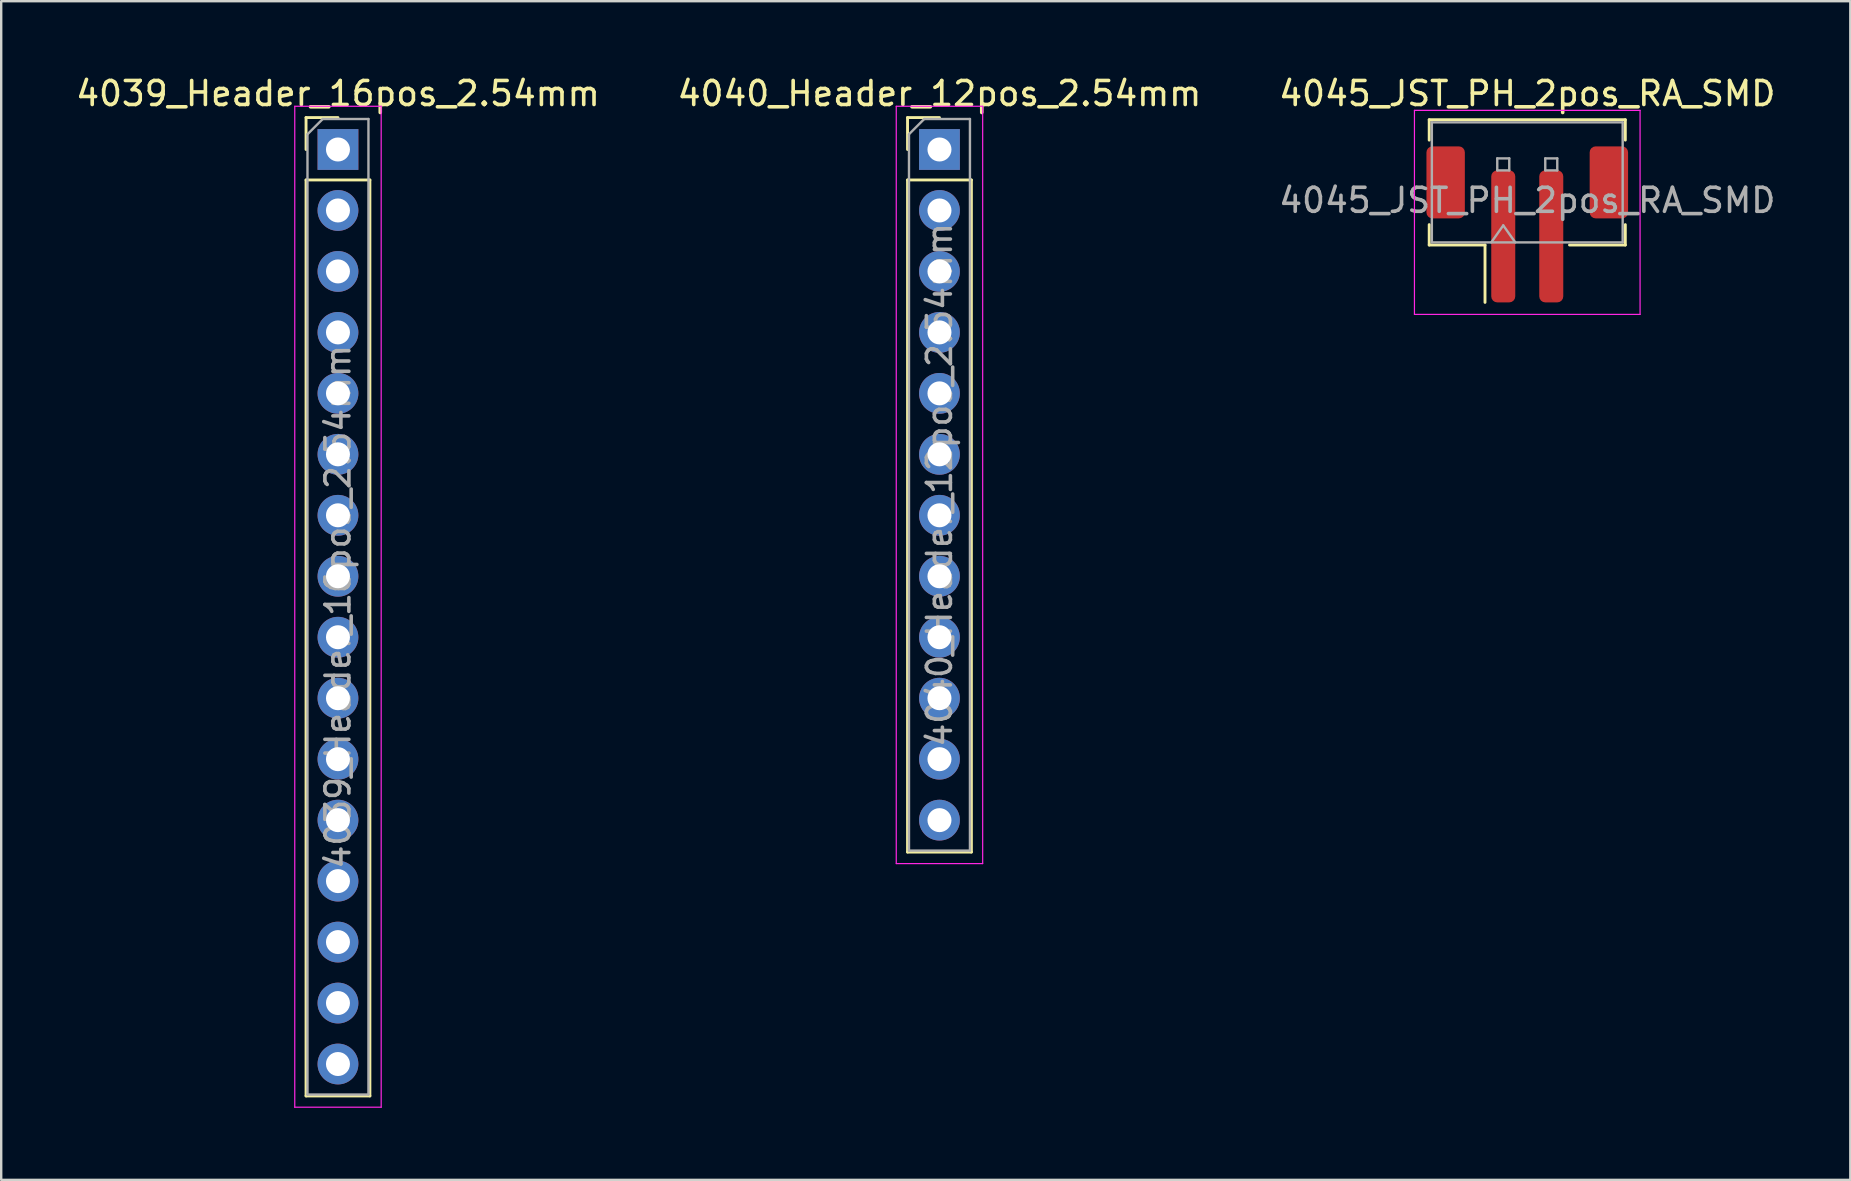
<source format=kicad_pcb>
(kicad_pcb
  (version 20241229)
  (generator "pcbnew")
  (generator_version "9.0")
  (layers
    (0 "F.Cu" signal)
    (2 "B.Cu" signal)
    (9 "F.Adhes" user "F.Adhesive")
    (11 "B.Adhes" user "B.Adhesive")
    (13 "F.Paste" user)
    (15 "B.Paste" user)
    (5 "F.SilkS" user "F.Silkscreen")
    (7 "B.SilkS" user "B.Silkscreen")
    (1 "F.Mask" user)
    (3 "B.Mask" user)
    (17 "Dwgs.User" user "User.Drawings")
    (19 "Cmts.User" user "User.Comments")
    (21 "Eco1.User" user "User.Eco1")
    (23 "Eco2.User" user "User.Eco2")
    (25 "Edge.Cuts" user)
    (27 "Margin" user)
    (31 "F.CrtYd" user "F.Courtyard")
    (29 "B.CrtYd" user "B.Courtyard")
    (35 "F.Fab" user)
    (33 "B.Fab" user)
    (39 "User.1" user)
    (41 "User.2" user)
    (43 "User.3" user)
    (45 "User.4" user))
  (footprint "4039_Header_16pos_2.54mm"
    (layer "F.Cu")
    (at 11.03 3.178)
    (property "Reference" "4039_Header_16pos_2.54mm" (at 0 -2.33 0) (layer "F.SilkS") (effects (font (size 1 1) (thickness 0.15))))
    (attr through_hole)
    (fp_line (start -1.33 -1.33) (end 0 -1.33) (stroke (width 0.12) (type solid)) (layer "F.SilkS"))
    (fp_line (start -1.33 0) (end -1.33 -1.33) (stroke (width 0.12) (type solid)) (layer "F.SilkS"))
    (fp_line (start -1.33 1.27) (end -1.33 39.43) (stroke (width 0.12) (type solid)) (layer "F.SilkS"))
    (fp_line (start -1.33 1.27) (end 1.33 1.27) (stroke (width 0.12) (type solid)) (layer "F.SilkS"))
    (fp_line (start -1.33 39.43) (end 1.33 39.43) (stroke (width 0.12) (type solid)) (layer "F.SilkS"))
    (fp_line (start 1.33 1.27) (end 1.33 39.43) (stroke (width 0.12) (type solid)) (layer "F.SilkS"))
    (fp_line (start -1.8 -1.8) (end -1.8 39.9) (stroke (width 0.05) (type solid)) (layer "F.CrtYd"))
    (fp_line (start -1.8 39.9) (end 1.8 39.9) (stroke (width 0.05) (type solid)) (layer "F.CrtYd"))
    (fp_line (start 1.8 -1.8) (end -1.8 -1.8) (stroke (width 0.05) (type solid)) (layer "F.CrtYd"))
    (fp_line (start 1.8 39.9) (end 1.8 -1.8) (stroke (width 0.05) (type solid)) (layer "F.CrtYd"))
    (fp_line (start -1.27 -0.635) (end -0.635 -1.27) (stroke (width 0.1) (type solid)) (layer "F.Fab"))
    (fp_line (start -1.27 39.37) (end -1.27 -0.635) (stroke (width 0.1) (type solid)) (layer "F.Fab"))
    (fp_line (start -0.635 -1.27) (end 1.27 -1.27) (stroke (width 0.1) (type solid)) (layer "F.Fab"))
    (fp_line (start 1.27 -1.27) (end 1.27 39.37) (stroke (width 0.1) (type solid)) (layer "F.Fab"))
    (fp_line (start 1.27 39.37) (end -1.27 39.37) (stroke (width 0.1) (type solid)) (layer "F.Fab"))
    (fp_text user "${REFERENCE}" (at 0 19.05 90) (layer "F.Fab") (effects (font (size 1 1) (thickness 0.15))))
    (pad "1" thru_hole rect (at 0 0) (size 1.7 1.7) (drill 1) (layers "*.Cu" "*.Mask"))
    (pad "2" thru_hole oval (at 0 2.54) (size 1.7 1.7) (drill 1) (layers "*.Cu" "*.Mask"))
    (pad "3" thru_hole oval (at 0 5.08) (size 1.7 1.7) (drill 1) (layers "*.Cu" "*.Mask"))
    (pad "4" thru_hole oval (at 0 7.62) (size 1.7 1.7) (drill 1) (layers "*.Cu" "*.Mask"))
    (pad "5" thru_hole oval (at 0 10.16) (size 1.7 1.7) (drill 1) (layers "*.Cu" "*.Mask"))
    (pad "6" thru_hole oval (at 0 12.7) (size 1.7 1.7) (drill 1) (layers "*.Cu" "*.Mask"))
    (pad "7" thru_hole oval (at 0 15.24) (size 1.7 1.7) (drill 1) (layers "*.Cu" "*.Mask"))
    (pad "8" thru_hole oval (at 0 17.78) (size 1.7 1.7) (drill 1) (layers "*.Cu" "*.Mask"))
    (pad "9" thru_hole oval (at 0 20.32) (size 1.7 1.7) (drill 1) (layers "*.Cu" "*.Mask"))
    (pad "10" thru_hole oval (at 0 22.86) (size 1.7 1.7) (drill 1) (layers "*.Cu" "*.Mask"))
    (pad "11" thru_hole oval (at 0 25.4) (size 1.7 1.7) (drill 1) (layers "*.Cu" "*.Mask"))
    (pad "12" thru_hole oval (at 0 27.94) (size 1.7 1.7) (drill 1) (layers "*.Cu" "*.Mask"))
    (pad "13" thru_hole oval (at 0 30.48) (size 1.7 1.7) (drill 1) (layers "*.Cu" "*.Mask"))
    (pad "14" thru_hole oval (at 0 33.02) (size 1.7 1.7) (drill 1) (layers "*.Cu" "*.Mask"))
    (pad "15" thru_hole oval (at 0 35.56) (size 1.7 1.7) (drill 1) (layers "*.Cu" "*.Mask"))
    (pad "16" thru_hole oval (at 0 38.1) (size 1.7 1.7) (drill 1) (layers "*.Cu" "*.Mask")))
  (footprint "4040_Header_12pos_2.54mm"
    (layer "F.Cu")
    (at 36.089 3.178)
    (property "Reference" "4040_Header_12pos_2.54mm" (at 0 -2.33 0) (layer "F.SilkS") (effects (font (size 1 1) (thickness 0.15))))
    (attr through_hole)
    (fp_line (start -1.33 -1.33) (end 0 -1.33) (stroke (width 0.12) (type solid)) (layer "F.SilkS"))
    (fp_line (start -1.33 0) (end -1.33 -1.33) (stroke (width 0.12) (type solid)) (layer "F.SilkS"))
    (fp_line (start -1.33 1.27) (end -1.33 29.27) (stroke (width 0.12) (type solid)) (layer "F.SilkS"))
    (fp_line (start -1.33 1.27) (end 1.33 1.27) (stroke (width 0.12) (type solid)) (layer "F.SilkS"))
    (fp_line (start -1.33 29.27) (end 1.33 29.27) (stroke (width 0.12) (type solid)) (layer "F.SilkS"))
    (fp_line (start 1.33 1.27) (end 1.33 29.27) (stroke (width 0.12) (type solid)) (layer "F.SilkS"))
    (fp_line (start -1.8 -1.8) (end -1.8 29.75) (stroke (width 0.05) (type solid)) (layer "F.CrtYd"))
    (fp_line (start -1.8 29.75) (end 1.8 29.75) (stroke (width 0.05) (type solid)) (layer "F.CrtYd"))
    (fp_line (start 1.8 -1.8) (end -1.8 -1.8) (stroke (width 0.05) (type solid)) (layer "F.CrtYd"))
    (fp_line (start 1.8 29.75) (end 1.8 -1.8) (stroke (width 0.05) (type solid)) (layer "F.CrtYd"))
    (fp_line (start -1.27 -0.635) (end -0.635 -1.27) (stroke (width 0.1) (type solid)) (layer "F.Fab"))
    (fp_line (start -1.27 29.21) (end -1.27 -0.635) (stroke (width 0.1) (type solid)) (layer "F.Fab"))
    (fp_line (start -0.635 -1.27) (end 1.27 -1.27) (stroke (width 0.1) (type solid)) (layer "F.Fab"))
    (fp_line (start 1.27 -1.27) (end 1.27 29.21) (stroke (width 0.1) (type solid)) (layer "F.Fab"))
    (fp_line (start 1.27 29.21) (end -1.27 29.21) (stroke (width 0.1) (type solid)) (layer "F.Fab"))
    (fp_text user "${REFERENCE}" (at 0 13.97 90) (layer "F.Fab") (effects (font (size 1 1) (thickness 0.15))))
    (pad "1" thru_hole rect (at 0 0) (size 1.7 1.7) (drill 1) (layers "*.Cu" "*.Mask"))
    (pad "2" thru_hole oval (at 0 2.54) (size 1.7 1.7) (drill 1) (layers "*.Cu" "*.Mask"))
    (pad "3" thru_hole oval (at 0 5.08) (size 1.7 1.7) (drill 1) (layers "*.Cu" "*.Mask"))
    (pad "4" thru_hole oval (at 0 7.62) (size 1.7 1.7) (drill 1) (layers "*.Cu" "*.Mask"))
    (pad "5" thru_hole oval (at 0 10.16) (size 1.7 1.7) (drill 1) (layers "*.Cu" "*.Mask"))
    (pad "6" thru_hole oval (at 0 12.7) (size 1.7 1.7) (drill 1) (layers "*.Cu" "*.Mask"))
    (pad "7" thru_hole oval (at 0 15.24) (size 1.7 1.7) (drill 1) (layers "*.Cu" "*.Mask"))
    (pad "8" thru_hole oval (at 0 17.78) (size 1.7 1.7) (drill 1) (layers "*.Cu" "*.Mask"))
    (pad "9" thru_hole oval (at 0 20.32) (size 1.7 1.7) (drill 1) (layers "*.Cu" "*.Mask"))
    (pad "10" thru_hole oval (at 0 22.86) (size 1.7 1.7) (drill 1) (layers "*.Cu" "*.Mask"))
    (pad "11" thru_hole oval (at 0 25.4) (size 1.7 1.7) (drill 1) (layers "*.Cu" "*.Mask"))
    (pad "12" thru_hole oval (at 0 27.94) (size 1.7 1.7) (drill 1) (layers "*.Cu" "*.Mask")))
  (footprint "4045_JST_PH_2pos_RA_SMD"
    (layer "F.Cu")
    (at 60.577 6.298)
    (property "Reference" "4045_JST_PH_2pos_RA_SMD" (at 0 -5.45 0) (layer "F.SilkS") (effects (font (size 1 1) (thickness 0.15))))
    (attr smd)
    (fp_line (start -4.085 -4.36) (end 4.085 -4.36) (stroke (width 0.12) (type solid)) (layer "F.SilkS"))
    (fp_line (start -4.085 -3.51) (end -4.085 -4.36) (stroke (width 0.12) (type solid)) (layer "F.SilkS"))
    (fp_line (start -4.085 0.01) (end -4.085 0.86) (stroke (width 0.12) (type solid)) (layer "F.SilkS"))
    (fp_line (start -4.085 0.86) (end -1.76 0.86) (stroke (width 0.12) (type solid)) (layer "F.SilkS"))
    (fp_line (start -1.76 0.86) (end -1.76 3.25) (stroke (width 0.12) (type solid)) (layer "F.SilkS"))
    (fp_line (start 4.085 -4.36) (end 4.085 -3.51) (stroke (width 0.12) (type solid)) (layer "F.SilkS"))
    (fp_line (start 4.085 0.01) (end 4.085 0.86) (stroke (width 0.12) (type solid)) (layer "F.SilkS"))
    (fp_line (start 4.085 0.86) (end 1.76 0.86) (stroke (width 0.12) (type solid)) (layer "F.SilkS"))
    (fp_line (start -4.7 -4.75) (end -4.7 3.75) (stroke (width 0.05) (type solid)) (layer "F.CrtYd"))
    (fp_line (start -4.7 3.75) (end 4.7 3.75) (stroke (width 0.05) (type solid)) (layer "F.CrtYd"))
    (fp_line (start 4.7 -4.75) (end -4.7 -4.75) (stroke (width 0.05) (type solid)) (layer "F.CrtYd"))
    (fp_line (start 4.7 3.75) (end 4.7 -4.75) (stroke (width 0.05) (type solid)) (layer "F.CrtYd"))
    (fp_line (start -3.975 -4.25) (end 3.975 -4.25) (stroke (width 0.1) (type solid)) (layer "F.Fab"))
    (fp_line (start -3.975 0.75) (end -3.975 -4.25) (stroke (width 0.1) (type solid)) (layer "F.Fab"))
    (fp_line (start -3.975 0.75) (end 3.975 0.75) (stroke (width 0.1) (type solid)) (layer "F.Fab"))
    (fp_line (start -1.5 0.75) (end -1 0.043) (stroke (width 0.1) (type solid)) (layer "F.Fab"))
    (fp_line (start -1.25 -2.75) (end -1.25 -2.25) (stroke (width 0.1) (type solid)) (layer "F.Fab"))
    (fp_line (start -1.25 -2.25) (end -0.75 -2.25) (stroke (width 0.1) (type solid)) (layer "F.Fab"))
    (fp_line (start -1 0.043) (end -0.5 0.75) (stroke (width 0.1) (type solid)) (layer "F.Fab"))
    (fp_line (start -0.75 -2.75) (end -1.25 -2.75) (stroke (width 0.1) (type solid)) (layer "F.Fab"))
    (fp_line (start -0.75 -2.25) (end -0.75 -2.75) (stroke (width 0.1) (type solid)) (layer "F.Fab"))
    (fp_line (start 0.75 -2.75) (end 0.75 -2.25) (stroke (width 0.1) (type solid)) (layer "F.Fab"))
    (fp_line (start 0.75 -2.25) (end 1.25 -2.25) (stroke (width 0.1) (type solid)) (layer "F.Fab"))
    (fp_line (start 1.25 -2.75) (end 0.75 -2.75) (stroke (width 0.1) (type solid)) (layer "F.Fab"))
    (fp_line (start 1.25 -2.25) (end 1.25 -2.75) (stroke (width 0.1) (type solid)) (layer "F.Fab"))
    (fp_line (start 3.975 0.75) (end 3.975 -4.25) (stroke (width 0.1) (type solid)) (layer "F.Fab"))
    (fp_text user "${REFERENCE}" (at 0 -1 0) (layer "F.Fab") (effects (font (size 1 1) (thickness 0.15))))
    (pad "1" smd roundrect (at -1 0.5) (size 1 5.5) (layers "F.Cu" "F.Mask" "F.Paste") (roundrect_rratio 0.25))
    (pad "2" smd roundrect (at 1 0.5) (size 1 5.5) (layers "F.Cu" "F.Mask" "F.Paste") (roundrect_rratio 0.25))
    (pad "MP" smd roundrect (at -3.4 -1.75) (size 1.6 3) (layers "F.Cu" "F.Mask" "F.Paste") (roundrect_rratio 0.156))
    (pad "MP" smd roundrect (at 3.4 -1.75) (size 1.6 3) (layers "F.Cu" "F.Mask" "F.Paste") (roundrect_rratio 0.156)))
  (gr_rect
    (start -3 -3)
    (end 74.036 46.103)
    (stroke (width 0.1) (type default))
    (fill no)
    (layer "Edge.Cuts")))
</source>
